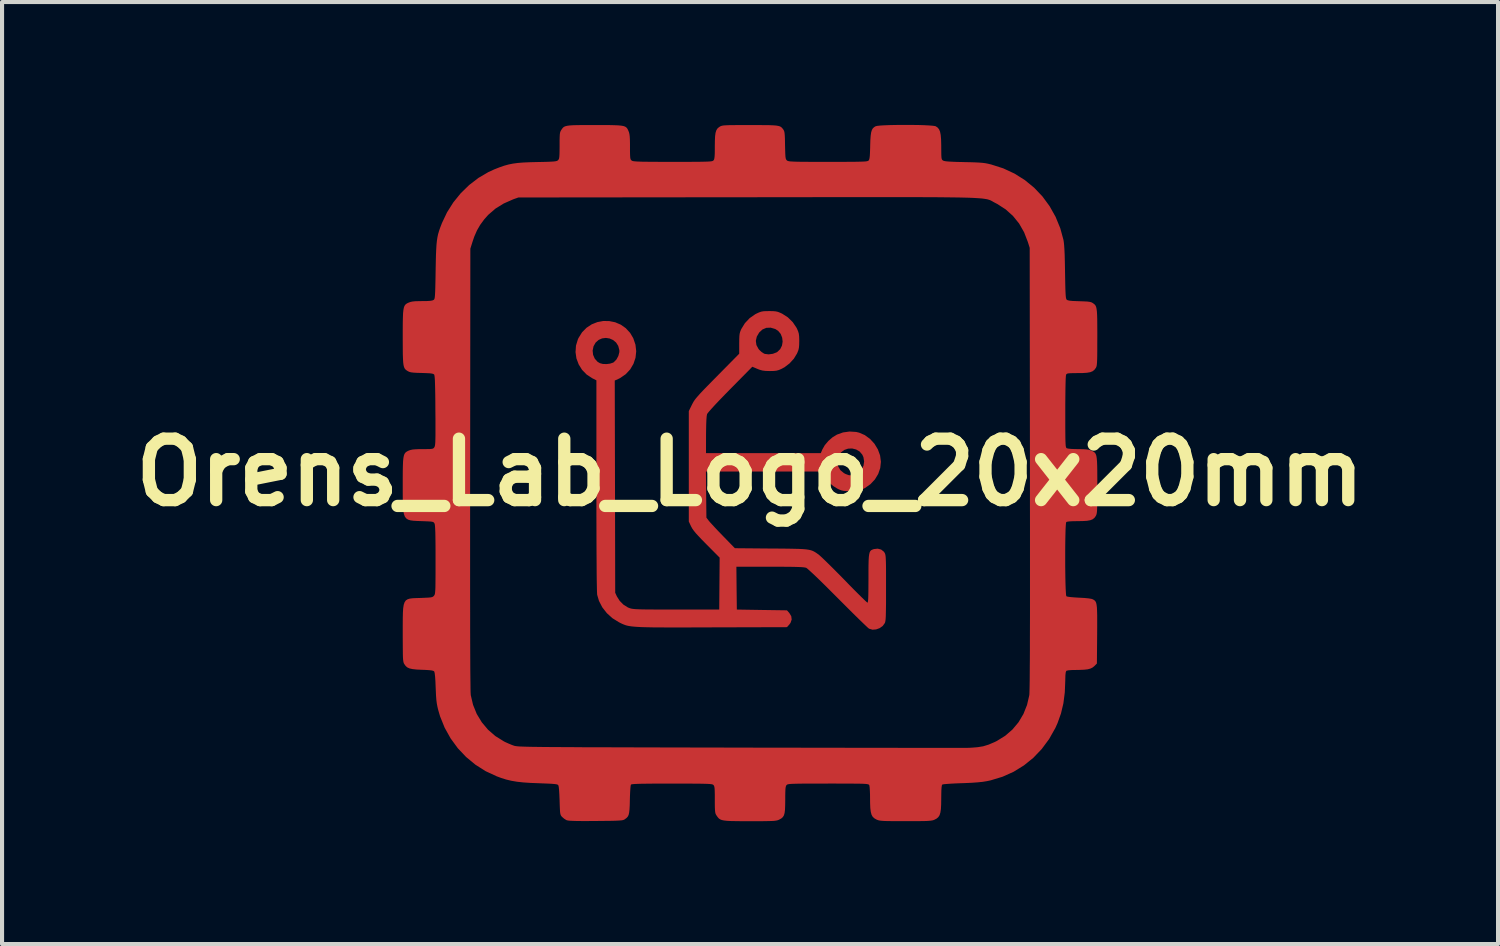
<source format=kicad_pcb>
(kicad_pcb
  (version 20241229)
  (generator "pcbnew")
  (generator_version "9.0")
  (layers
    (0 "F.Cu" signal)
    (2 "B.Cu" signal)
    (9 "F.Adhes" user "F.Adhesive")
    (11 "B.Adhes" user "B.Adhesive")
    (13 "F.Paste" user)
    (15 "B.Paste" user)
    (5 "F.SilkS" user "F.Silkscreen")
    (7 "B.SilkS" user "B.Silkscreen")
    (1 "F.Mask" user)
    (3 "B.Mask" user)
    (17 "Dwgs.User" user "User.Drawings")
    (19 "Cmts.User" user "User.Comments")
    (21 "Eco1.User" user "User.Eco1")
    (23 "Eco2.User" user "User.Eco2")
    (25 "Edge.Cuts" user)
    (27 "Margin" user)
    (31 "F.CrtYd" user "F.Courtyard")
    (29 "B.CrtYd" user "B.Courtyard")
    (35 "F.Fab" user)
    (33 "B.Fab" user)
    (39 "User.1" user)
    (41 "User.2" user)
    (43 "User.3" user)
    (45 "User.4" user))
  (footprint "Orens_Lab_Logo_20x20mm"
    (layer "F.Cu")
    (at 15.264 8.483)
    (property "Reference" "Orens_Lab_Logo_20x20mm" (at 0 0 0) (layer "F.SilkS") (effects (font (size 1.5 1.5) (thickness 0.3))))
    (attr board_only exclude_from_pos_files exclude_from_bom)
    (fp_poly (pts (xy 0.56 -3.936) (xy 0.627 -3.93) (xy 0.681 -3.918) (xy 0.736 -3.896) (xy 0.784 -3.874) (xy 0.923 -3.785) (xy 1.043 -3.667) (xy 1.136 -3.529) (xy 1.149 -3.502) (xy 1.175 -3.441) (xy 1.191 -3.386) (xy 1.199 -3.322) (xy 1.202 -3.236) (xy 1.202 -3.204) (xy 1.2 -3.11) (xy 1.194 -3.042) (xy 1.181 -2.984) (xy 1.158 -2.925) (xy 1.145 -2.897) (xy 1.07 -2.774) (xy 0.966 -2.66) (xy 0.843 -2.566) (xy 0.767 -2.525) (xy 0.704 -2.498) (xy 0.646 -2.482) (xy 0.58 -2.475) (xy 0.49 -2.473) (xy 0.479 -2.473) (xy 0.381 -2.476) (xy 0.306 -2.485) (xy 0.238 -2.503) (xy 0.179 -2.526) (xy 0.056 -2.578) (xy -0.485 -2.03) (xy -0.623 -1.889) (xy -0.745 -1.763) (xy -0.85 -1.652) (xy -0.935 -1.559) (xy -0.998 -1.488) (xy -1.037 -1.44) (xy -1.049 -1.42) (xy -1.058 -1.373) (xy -1.065 -1.288) (xy -1.07 -1.164) (xy -1.073 -1.003) (xy -1.074 -0.913) (xy -1.075 -0.469) (xy 0.327 -0.469) (xy 1.729 -0.469) (xy 1.766 -0.558) (xy 1.825 -0.662) (xy 1.912 -0.765) (xy 2.016 -0.856) (xy 2.123 -0.921) (xy 2.271 -0.974) (xy 2.431 -0.996) (xy 2.59 -0.986) (xy 2.663 -0.969) (xy 2.802 -0.909) (xy 2.929 -0.817) (xy 3.038 -0.698) (xy 3.122 -0.559) (xy 3.176 -0.412) (xy 3.196 -0.258) (xy 3.18 -0.106) (xy 3.13 0.04) (xy 3.049 0.174) (xy 2.94 0.29) (xy 2.805 0.384) (xy 2.759 0.407) (xy 2.701 0.432) (xy 2.648 0.447) (xy 2.587 0.456) (xy 2.506 0.459) (xy 2.452 0.459) (xy 2.358 0.458) (xy 2.29 0.453) (xy 2.236 0.442) (xy 2.184 0.423) (xy 2.139 0.402) (xy 2.039 0.34) (xy 1.941 0.259) (xy 1.857 0.168) (xy 1.797 0.078) (xy 1.79 0.063) (xy 1.753 -0.02) (xy 0.338 -0.02) (xy -1.077 -0.02) (xy -1.071 0.544) (xy -1.065 1.107) (xy -1.009 1.18) (xy -0.979 1.216) (xy -0.926 1.274) (xy -0.856 1.35) (xy -0.774 1.437) (xy -0.684 1.53) (xy -0.662 1.553) (xy -0.37 1.853) (xy 0.514 1.861) (xy 0.732 1.862) (xy 0.916 1.864) (xy 1.068 1.867) (xy 1.192 1.87) (xy 1.293 1.875) (xy 1.374 1.882) (xy 1.438 1.892) (xy 1.49 1.904) (xy 1.534 1.92) (xy 1.573 1.94) (xy 1.612 1.964) (xy 1.653 1.993) (xy 1.671 2.005) (xy 1.706 2.035) (xy 1.765 2.089) (xy 1.843 2.164) (xy 1.938 2.257) (xy 2.046 2.364) (xy 2.162 2.481) (xy 2.284 2.605) (xy 2.306 2.627) (xy 2.424 2.749) (xy 2.535 2.862) (xy 2.635 2.962) (xy 2.721 3.047) (xy 2.79 3.114) (xy 2.839 3.16) (xy 2.865 3.181) (xy 2.867 3.182) (xy 2.875 3.175) (xy 2.88 3.149) (xy 2.885 3.1) (xy 2.888 3.026) (xy 2.89 2.924) (xy 2.891 2.789) (xy 2.892 2.619) (xy 2.892 2.598) (xy 2.892 2.416) (xy 2.893 2.27) (xy 2.896 2.154) (xy 2.901 2.066) (xy 2.91 2) (xy 2.922 1.953) (xy 2.939 1.921) (xy 2.962 1.9) (xy 2.991 1.886) (xy 3.026 1.874) (xy 3.118 1.864) (xy 3.202 1.886) (xy 3.268 1.938) (xy 3.284 1.961) (xy 3.293 1.978) (xy 3.301 1.998) (xy 3.307 2.026) (xy 3.312 2.064) (xy 3.315 2.118) (xy 3.318 2.189) (xy 3.32 2.284) (xy 3.321 2.404) (xy 3.321 2.554) (xy 3.321 2.738) (xy 3.321 2.82) (xy 3.321 3.024) (xy 3.321 3.192) (xy 3.319 3.328) (xy 3.317 3.436) (xy 3.315 3.519) (xy 3.311 3.582) (xy 3.306 3.627) (xy 3.3 3.658) (xy 3.292 3.679) (xy 3.292 3.68) (xy 3.24 3.752) (xy 3.165 3.805) (xy 3.078 3.836) (xy 2.99 3.843) (xy 2.912 3.82) (xy 2.901 3.814) (xy 2.876 3.793) (xy 2.827 3.747) (xy 2.756 3.679) (xy 2.666 3.592) (xy 2.559 3.487) (xy 2.44 3.369) (xy 2.311 3.24) (xy 2.174 3.103) (xy 2.139 3.068) (xy 1.993 2.922) (xy 1.857 2.786) (xy 1.732 2.663) (xy 1.621 2.556) (xy 1.527 2.467) (xy 1.453 2.399) (xy 1.401 2.353) (xy 1.374 2.333) (xy 1.373 2.332) (xy 1.35 2.326) (xy 1.312 2.32) (xy 1.257 2.315) (xy 1.182 2.312) (xy 1.082 2.309) (xy 0.955 2.307) (xy 0.798 2.306) (xy 0.606 2.306) (xy 0.489 2.306) (xy -0.333 2.306) (xy -0.328 2.828) (xy -0.322 3.351) (xy 0.29 3.361) (xy 0.902 3.37) (xy 0.959 3.434) (xy 1.007 3.513) (xy 1.017 3.595) (xy 0.989 3.676) (xy 0.959 3.717) (xy 0.902 3.781) (xy -0.936 3.786) (xy -1.259 3.787) (xy -1.546 3.788) (xy -1.799 3.788) (xy -2.02 3.788) (xy -2.212 3.787) (xy -2.377 3.786) (xy -2.519 3.783) (xy -2.639 3.78) (xy -2.74 3.775) (xy -2.824 3.769) (xy -2.894 3.762) (xy -2.953 3.753) (xy -3.003 3.743) (xy -3.047 3.73) (xy -3.086 3.715) (xy -3.124 3.699) (xy -3.163 3.68) (xy -3.204 3.659) (xy -3.36 3.562) (xy -3.496 3.439) (xy -3.607 3.297) (xy -3.688 3.141) (xy -3.732 2.992) (xy -3.735 2.955) (xy -3.738 2.88) (xy -3.74 2.768) (xy -3.743 2.62) (xy -3.745 2.435) (xy -3.746 2.216) (xy -3.748 1.963) (xy -3.749 1.677) (xy -3.75 1.358) (xy -3.751 1.008) (xy -3.751 0.628) (xy -3.751 0.32) (xy -3.751 -2.246) (xy -3.852 -2.297) (xy -3.989 -2.387) (xy -4.101 -2.502) (xy -4.184 -2.635) (xy -4.239 -2.782) (xy -4.261 -2.937) (xy -4.258 -2.972) (xy -3.843 -2.972) (xy -3.832 -2.869) (xy -3.791 -2.775) (xy -3.724 -2.7) (xy -3.666 -2.665) (xy -3.594 -2.646) (xy -3.505 -2.643) (xy -3.417 -2.654) (xy -3.345 -2.678) (xy -3.326 -2.689) (xy -3.262 -2.755) (xy -3.215 -2.842) (xy -3.191 -2.934) (xy -3.191 -2.983) (xy -3.218 -3.087) (xy -3.271 -3.17) (xy -3.343 -3.23) (xy -3.429 -3.268) (xy -3.521 -3.282) (xy -3.613 -3.27) (xy -3.698 -3.232) (xy -3.77 -3.168) (xy -3.821 -3.078) (xy -3.843 -2.972) (xy -4.258 -2.972) (xy -4.25 -3.094) (xy -4.203 -3.248) (xy -4.189 -3.278) (xy -4.102 -3.418) (xy -3.992 -3.53) (xy -3.866 -3.613) (xy -3.728 -3.668) (xy -3.583 -3.695) (xy -3.437 -3.693) (xy -3.293 -3.664) (xy -3.157 -3.606) (xy -3.034 -3.52) (xy -2.928 -3.405) (xy -2.851 -3.275) (xy -2.797 -3.116) (xy -2.779 -2.956) (xy -2.796 -2.798) (xy -2.846 -2.649) (xy -2.926 -2.513) (xy -3.035 -2.396) (xy -3.171 -2.302) (xy -3.22 -2.278) (xy -3.303 -2.241) (xy -3.297 0.35) (xy -3.292 2.941) (xy -3.25 3.032) (xy -3.182 3.139) (xy -3.09 3.232) (xy -2.983 3.299) (xy -2.944 3.315) (xy -2.919 3.323) (xy -2.891 3.33) (xy -2.856 3.335) (xy -2.81 3.34) (xy -2.751 3.343) (xy -2.675 3.346) (xy -2.579 3.348) (xy -2.459 3.349) (xy -2.311 3.35) (xy -2.133 3.351) (xy -1.921 3.351) (xy -1.798 3.351) (xy -0.752 3.351) (xy -0.747 2.717) (xy -0.742 2.083) (xy -1.064 1.759) (xy -1.175 1.646) (xy -1.261 1.555) (xy -1.327 1.483) (xy -1.375 1.423) (xy -1.411 1.372) (xy -1.436 1.326) (xy -1.44 1.319) (xy -1.495 1.202) (xy -1.495 -0.147) (xy -1.495 -0.242) (xy 2.132 -0.242) (xy 2.154 -0.141) (xy 2.208 -0.051) (xy 2.294 0.02) (xy 2.334 0.041) (xy 2.412 0.07) (xy 2.479 0.075) (xy 2.554 0.058) (xy 2.562 0.056) (xy 2.656 0.006) (xy 2.727 -0.07) (xy 2.771 -0.163) (xy 2.786 -0.266) (xy 2.769 -0.37) (xy 2.741 -0.432) (xy 2.675 -0.509) (xy 2.59 -0.558) (xy 2.493 -0.582) (xy 2.394 -0.578) (xy 2.301 -0.546) (xy 2.222 -0.487) (xy 2.194 -0.452) (xy 2.145 -0.348) (xy 2.132 -0.242) (xy -1.495 -0.242) (xy -1.495 -1.495) (xy -1.42 -1.648) (xy -1.399 -1.689) (xy -1.377 -1.728) (xy -1.35 -1.768) (xy -1.316 -1.812) (xy -1.271 -1.864) (xy -1.214 -1.928) (xy -1.14 -2.006) (xy -1.047 -2.102) (xy -0.932 -2.219) (xy -0.804 -2.349) (xy -0.264 -2.896) (xy -0.264 -3.143) (xy -0.263 -3.21) (xy 0.142 -3.21) (xy 0.156 -3.108) (xy 0.208 -3.012) (xy 0.228 -2.988) (xy 0.281 -2.939) (xy 0.336 -2.903) (xy 0.359 -2.892) (xy 0.454 -2.88) (xy 0.558 -2.894) (xy 0.651 -2.93) (xy 0.667 -2.94) (xy 0.737 -3.008) (xy 0.78 -3.094) (xy 0.796 -3.19) (xy 0.785 -3.288) (xy 0.749 -3.379) (xy 0.687 -3.454) (xy 0.617 -3.499) (xy 0.505 -3.532) (xy 0.399 -3.528) (xy 0.304 -3.488) (xy 0.224 -3.414) (xy 0.165 -3.313) (xy 0.142 -3.21) (xy -0.263 -3.21) (xy -0.263 -3.249) (xy -0.26 -3.325) (xy -0.254 -3.381) (xy -0.242 -3.428) (xy -0.224 -3.475) (xy -0.211 -3.502) (xy -0.125 -3.642) (xy -0.009 -3.765) (xy 0.127 -3.86) (xy 0.154 -3.874) (xy 0.219 -3.904) (xy 0.273 -3.923) (xy 0.329 -3.933) (xy 0.401 -3.936) (xy 0.469 -3.937)) (stroke (width 0) (type solid)) (fill yes) (layer "F.Cu"))
    (fp_poly (pts (xy 3.98 -8.482) (xy 4.124 -8.48) (xy 4.255 -8.476) (xy 4.368 -8.47) (xy 4.457 -8.463) (xy 4.516 -8.455) (xy 4.535 -8.449) (xy 4.581 -8.418) (xy 4.615 -8.376) (xy 4.64 -8.318) (xy 4.656 -8.238) (xy 4.665 -8.13) (xy 4.669 -7.99) (xy 4.669 -7.948) (xy 4.67 -7.832) (xy 4.671 -7.749) (xy 4.674 -7.692) (xy 4.68 -7.656) (xy 4.689 -7.634) (xy 4.703 -7.62) (xy 4.714 -7.612) (xy 4.738 -7.603) (xy 4.779 -7.595) (xy 4.843 -7.589) (xy 4.933 -7.584) (xy 5.052 -7.579) (xy 5.207 -7.576) (xy 5.227 -7.575) (xy 5.38 -7.572) (xy 5.501 -7.568) (xy 5.596 -7.563) (xy 5.674 -7.557) (xy 5.74 -7.549) (xy 5.802 -7.537) (xy 5.866 -7.522) (xy 5.891 -7.516) (xy 6.184 -7.422) (xy 6.457 -7.295) (xy 6.709 -7.137) (xy 6.937 -6.95) (xy 7.14 -6.737) (xy 7.315 -6.499) (xy 7.461 -6.239) (xy 7.576 -5.959) (xy 7.653 -5.677) (xy 7.662 -5.62) (xy 7.67 -5.542) (xy 7.677 -5.44) (xy 7.683 -5.311) (xy 7.687 -5.15) (xy 7.691 -4.954) (xy 7.692 -4.891) (xy 7.695 -4.712) (xy 7.698 -4.568) (xy 7.701 -4.456) (xy 7.705 -4.37) (xy 7.709 -4.308) (xy 7.714 -4.265) (xy 7.721 -4.237) (xy 7.729 -4.22) (xy 7.734 -4.213) (xy 7.759 -4.201) (xy 7.805 -4.191) (xy 7.878 -4.184) (xy 7.982 -4.18) (xy 8.04 -4.178) (xy 8.154 -4.174) (xy 8.236 -4.17) (xy 8.294 -4.162) (xy 8.334 -4.152) (xy 8.363 -4.137) (xy 8.368 -4.134) (xy 8.396 -4.114) (xy 8.419 -4.094) (xy 8.438 -4.069) (xy 8.452 -4.035) (xy 8.462 -3.989) (xy 8.47 -3.926) (xy 8.475 -3.842) (xy 8.478 -3.734) (xy 8.479 -3.598) (xy 8.48 -3.429) (xy 8.48 -3.298) (xy 8.479 -3.115) (xy 8.479 -2.966) (xy 8.478 -2.848) (xy 8.476 -2.757) (xy 8.473 -2.688) (xy 8.469 -2.638) (xy 8.464 -2.602) (xy 8.457 -2.577) (xy 8.448 -2.557) (xy 8.443 -2.548) (xy 8.408 -2.502) (xy 8.365 -2.468) (xy 8.307 -2.445) (xy 8.227 -2.431) (xy 8.121 -2.424) (xy 8.004 -2.423) (xy 7.896 -2.422) (xy 7.822 -2.42) (xy 7.773 -2.416) (xy 7.743 -2.409) (xy 7.727 -2.397) (xy 7.718 -2.385) (xy 7.713 -2.355) (xy 7.708 -2.287) (xy 7.705 -2.181) (xy 7.702 -2.04) (xy 7.7 -1.865) (xy 7.698 -1.655) (xy 7.698 -1.477) (xy 7.698 -1.27) (xy 7.698 -1.099) (xy 7.699 -0.959) (xy 7.7 -0.849) (xy 7.702 -0.763) (xy 7.705 -0.7) (xy 7.708 -0.654) (xy 7.713 -0.624) (xy 7.719 -0.605) (xy 7.726 -0.594) (xy 7.734 -0.588) (xy 7.736 -0.587) (xy 7.77 -0.579) (xy 7.833 -0.572) (xy 7.918 -0.568) (xy 8.014 -0.566) (xy 8.014 -0.566) (xy 8.126 -0.565) (xy 8.207 -0.56) (xy 8.267 -0.552) (xy 8.315 -0.538) (xy 8.337 -0.529) (xy 8.372 -0.512) (xy 8.402 -0.494) (xy 8.425 -0.473) (xy 8.443 -0.442) (xy 8.457 -0.4) (xy 8.466 -0.342) (xy 8.473 -0.263) (xy 8.477 -0.161) (xy 8.479 -0.032) (xy 8.48 0.13) (xy 8.48 0.317) (xy 8.48 0.499) (xy 8.479 0.648) (xy 8.478 0.765) (xy 8.476 0.856) (xy 8.474 0.924) (xy 8.47 0.974) (xy 8.464 1.01) (xy 8.457 1.036) (xy 8.448 1.056) (xy 8.44 1.071) (xy 8.407 1.115) (xy 8.364 1.148) (xy 8.307 1.17) (xy 8.229 1.184) (xy 8.124 1.19) (xy 8.006 1.192) (xy 7.879 1.194) (xy 7.789 1.199) (xy 7.736 1.208) (xy 7.722 1.215) (xy 7.715 1.241) (xy 7.71 1.3) (xy 7.705 1.389) (xy 7.702 1.503) (xy 7.699 1.636) (xy 7.697 1.784) (xy 7.696 1.942) (xy 7.696 2.105) (xy 7.696 2.269) (xy 7.698 2.428) (xy 7.7 2.578) (xy 7.703 2.715) (xy 7.707 2.832) (xy 7.712 2.926) (xy 7.717 2.992) (xy 7.723 3.024) (xy 7.725 3.026) (xy 7.754 3.036) (xy 7.816 3.045) (xy 7.904 3.053) (xy 8.011 3.06) (xy 8.033 3.061) (xy 8.163 3.068) (xy 8.266 3.078) (xy 8.337 3.09) (xy 8.367 3.1) (xy 8.395 3.115) (xy 8.419 3.133) (xy 8.437 3.155) (xy 8.452 3.188) (xy 8.462 3.234) (xy 8.47 3.296) (xy 8.474 3.38) (xy 8.477 3.488) (xy 8.477 3.625) (xy 8.477 3.793) (xy 8.476 3.957) (xy 8.47 4.669) (xy 8.41 4.729) (xy 8.365 4.766) (xy 8.313 4.792) (xy 8.246 4.81) (xy 8.157 4.82) (xy 8.039 4.825) (xy 7.971 4.826) (xy 7.852 4.828) (xy 7.771 4.835) (xy 7.727 4.846) (xy 7.722 4.849) (xy 7.709 4.883) (xy 7.701 4.953) (xy 7.698 5.057) (xy 7.698 5.079) (xy 7.686 5.373) (xy 7.652 5.64) (xy 7.593 5.888) (xy 7.509 6.124) (xy 7.455 6.244) (xy 7.303 6.513) (xy 7.123 6.756) (xy 6.918 6.971) (xy 6.689 7.156) (xy 6.438 7.311) (xy 6.167 7.433) (xy 5.877 7.521) (xy 5.788 7.54) (xy 5.686 7.557) (xy 5.561 7.57) (xy 5.41 7.581) (xy 5.226 7.589) (xy 5.158 7.591) (xy 5.027 7.596) (xy 4.91 7.602) (xy 4.813 7.609) (xy 4.741 7.615) (xy 4.701 7.622) (xy 4.694 7.625) (xy 4.684 7.646) (xy 4.677 7.693) (xy 4.672 7.77) (xy 4.67 7.881) (xy 4.669 7.959) (xy 4.667 8.108) (xy 4.661 8.223) (xy 4.648 8.309) (xy 4.628 8.373) (xy 4.597 8.42) (xy 4.556 8.455) (xy 4.509 8.48) (xy 4.483 8.491) (xy 4.455 8.499) (xy 4.419 8.505) (xy 4.371 8.51) (xy 4.307 8.514) (xy 4.221 8.516) (xy 4.11 8.517) (xy 3.969 8.518) (xy 3.8 8.518) (xy 3.626 8.518) (xy 3.486 8.517) (xy 3.376 8.516) (xy 3.291 8.514) (xy 3.228 8.51) (xy 3.18 8.505) (xy 3.145 8.499) (xy 3.116 8.49) (xy 3.091 8.48) (xy 3.038 8.45) (xy 2.997 8.413) (xy 2.968 8.362) (xy 2.949 8.293) (xy 2.937 8.199) (xy 2.932 8.076) (xy 2.931 7.975) (xy 2.93 7.865) (xy 2.926 7.769) (xy 2.921 7.694) (xy 2.914 7.647) (xy 2.911 7.638) (xy 2.905 7.63) (xy 2.895 7.623) (xy 2.879 7.617) (xy 2.852 7.612) (xy 2.812 7.608) (xy 2.755 7.605) (xy 2.678 7.603) (xy 2.578 7.602) (xy 2.451 7.601) (xy 2.295 7.601) (xy 2.105 7.6) (xy 1.907 7.6) (xy 1.686 7.601) (xy 1.5 7.601) (xy 1.346 7.601) (xy 1.222 7.602) (xy 1.124 7.604) (xy 1.048 7.606) (xy 0.992 7.609) (xy 0.952 7.613) (xy 0.925 7.618) (xy 0.908 7.624) (xy 0.897 7.632) (xy 0.892 7.636) (xy 0.88 7.655) (xy 0.871 7.685) (xy 0.865 7.731) (xy 0.862 7.8) (xy 0.86 7.898) (xy 0.86 7.99) (xy 0.858 8.131) (xy 0.854 8.238) (xy 0.844 8.319) (xy 0.827 8.377) (xy 0.801 8.419) (xy 0.765 8.451) (xy 0.717 8.478) (xy 0.715 8.479) (xy 0.69 8.49) (xy 0.664 8.499) (xy 0.631 8.505) (xy 0.587 8.511) (xy 0.528 8.514) (xy 0.449 8.516) (xy 0.346 8.518) (xy 0.213 8.519) (xy 0.048 8.519) (xy -0.001 8.519) (xy -0.189 8.519) (xy -0.341 8.517) (xy -0.463 8.515) (xy -0.559 8.51) (xy -0.632 8.502) (xy -0.687 8.491) (xy -0.728 8.475) (xy -0.759 8.454) (xy -0.784 8.427) (xy -0.808 8.394) (xy -0.815 8.384) (xy -0.832 8.357) (xy -0.844 8.329) (xy -0.851 8.293) (xy -0.856 8.241) (xy -0.859 8.169) (xy -0.86 8.067) (xy -0.86 7.991) (xy -0.86 7.87) (xy -0.862 7.781) (xy -0.865 7.719) (xy -0.871 7.679) (xy -0.88 7.653) (xy -0.892 7.636) (xy -0.895 7.633) (xy -0.906 7.625) (xy -0.924 7.619) (xy -0.951 7.614) (xy -0.992 7.61) (xy -1.049 7.607) (xy -1.125 7.605) (xy -1.225 7.603) (xy -1.35 7.602) (xy -1.505 7.601) (xy -1.693 7.601) (xy -1.909 7.6) (xy -2.141 7.601) (xy -2.337 7.601) (xy -2.499 7.603) (xy -2.629 7.604) (xy -2.731 7.607) (xy -2.807 7.61) (xy -2.86 7.614) (xy -2.893 7.619) (xy -2.907 7.625) (xy -2.907 7.625) (xy -2.915 7.653) (xy -2.921 7.713) (xy -2.927 7.801) (xy -2.932 7.911) (xy -2.934 7.992) (xy -2.937 8.129) (xy -2.943 8.233) (xy -2.952 8.311) (xy -2.965 8.367) (xy -2.986 8.408) (xy -3.015 8.44) (xy -3.054 8.469) (xy -3.062 8.475) (xy -3.08 8.484) (xy -3.103 8.492) (xy -3.137 8.498) (xy -3.185 8.502) (xy -3.252 8.506) (xy -3.342 8.509) (xy -3.459 8.511) (xy -3.606 8.512) (xy -3.77 8.514) (xy -3.958 8.515) (xy -4.11 8.515) (xy -4.231 8.514) (xy -4.324 8.511) (xy -4.392 8.508) (xy -4.441 8.503) (xy -4.473 8.496) (xy -4.484 8.492) (xy -4.539 8.458) (xy -4.591 8.413) (xy -4.592 8.412) (xy -4.609 8.392) (xy -4.622 8.37) (xy -4.631 8.34) (xy -4.638 8.297) (xy -4.642 8.233) (xy -4.646 8.143) (xy -4.65 8.021) (xy -4.65 8.012) (xy -4.656 7.864) (xy -4.663 7.753) (xy -4.671 7.679) (xy -4.682 7.64) (xy -4.684 7.636) (xy -4.699 7.626) (xy -4.729 7.617) (xy -4.778 7.611) (xy -4.85 7.605) (xy -4.95 7.6) (xy -5.083 7.595) (xy -5.153 7.592) (xy -5.362 7.584) (xy -5.538 7.572) (xy -5.691 7.555) (xy -5.827 7.532) (xy -5.953 7.502) (xy -6.077 7.463) (xy -6.185 7.423) (xy -6.457 7.297) (xy -6.707 7.138) (xy -6.934 6.95) (xy -7.136 6.736) (xy -7.311 6.497) (xy -7.456 6.237) (xy -7.569 5.957) (xy -7.614 5.803) (xy -7.633 5.723) (xy -7.648 5.644) (xy -7.659 5.558) (xy -7.667 5.454) (xy -7.673 5.324) (xy -7.676 5.254) (xy -7.682 5.102) (xy -7.69 4.988) (xy -7.699 4.91) (xy -7.709 4.868) (xy -7.713 4.861) (xy -7.733 4.848) (xy -7.77 4.838) (xy -7.832 4.831) (xy -7.923 4.825) (xy -8.006 4.822) (xy -8.139 4.816) (xy -8.239 4.805) (xy -8.313 4.789) (xy -8.368 4.764) (xy -8.409 4.729) (xy -8.441 4.683) (xy -8.452 4.665) (xy -8.46 4.643) (xy -8.466 4.614) (xy -8.471 4.573) (xy -8.475 4.516) (xy -8.477 4.44) (xy -8.478 4.339) (xy -8.479 4.21) (xy -8.48 4.049) (xy -8.48 3.94) (xy -8.48 3.735) (xy -8.479 3.565) (xy -8.476 3.427) (xy -8.469 3.318) (xy -8.456 3.235) (xy -8.435 3.173) (xy -8.405 3.129) (xy -8.363 3.101) (xy -8.309 3.084) (xy -8.24 3.075) (xy -8.155 3.071) (xy -8.052 3.068) (xy -8.043 3.068) (xy -7.931 3.063) (xy -7.85 3.059) (xy -7.796 3.054) (xy -7.761 3.046) (xy -7.738 3.034) (xy -7.721 3.018) (xy -7.716 3.012) (xy -7.707 2.999) (xy -7.699 2.982) (xy -7.693 2.958) (xy -7.689 2.923) (xy -7.685 2.874) (xy -7.682 2.806) (xy -7.681 2.717) (xy -7.68 2.601) (xy -7.679 2.457) (xy -7.679 2.28) (xy -7.679 2.146) (xy -6.835 2.146) (xy -6.835 2.608) (xy -6.835 3.033) (xy -6.834 3.422) (xy -6.834 3.775) (xy -6.833 4.093) (xy -6.832 4.376) (xy -6.831 4.625) (xy -6.83 4.84) (xy -6.828 5.021) (xy -6.826 5.17) (xy -6.825 5.286) (xy -6.823 5.37) (xy -6.82 5.422) (xy -6.819 5.44) (xy -6.763 5.678) (xy -6.673 5.9) (xy -6.55 6.103) (xy -6.398 6.284) (xy -6.217 6.441) (xy -6.011 6.569) (xy -5.983 6.584) (xy -5.901 6.621) (xy -5.812 6.658) (xy -5.764 6.675) (xy -5.752 6.679) (xy -5.738 6.682) (xy -5.72 6.685) (xy -5.698 6.688) (xy -5.669 6.691) (xy -5.632 6.694) (xy -5.586 6.696) (xy -5.53 6.698) (xy -5.462 6.7) (xy -5.381 6.702) (xy -5.285 6.704) (xy -5.173 6.705) (xy -5.043 6.707) (xy -4.895 6.708) (xy -4.727 6.709) (xy -4.538 6.71) (xy -4.325 6.711) (xy -4.089 6.713) (xy -3.826 6.713) (xy -3.537 6.714) (xy -3.219 6.715) (xy -2.872 6.716) (xy -2.493 6.717) (xy -2.082 6.718) (xy -1.638 6.719) (xy -1.157 6.72) (xy -0.641 6.721) (xy -0.205 6.722) (xy 0.255 6.723) (xy 0.705 6.723) (xy 1.145 6.724) (xy 1.571 6.725) (xy 1.983 6.725) (xy 2.379 6.726) (xy 2.757 6.727) (xy 3.117 6.727) (xy 3.455 6.727) (xy 3.771 6.728) (xy 4.062 6.728) (xy 4.328 6.728) (xy 4.567 6.728) (xy 4.777 6.728) (xy 4.957 6.728) (xy 5.104 6.728) (xy 5.218 6.728) (xy 5.296 6.728) (xy 5.338 6.727) (xy 5.344 6.727) (xy 5.42 6.723) (xy 5.51 6.716) (xy 5.563 6.711) (xy 5.693 6.69) (xy 5.826 6.649) (xy 5.974 6.586) (xy 6.028 6.559) (xy 6.23 6.434) (xy 6.407 6.281) (xy 6.556 6.103) (xy 6.676 5.901) (xy 6.764 5.68) (xy 6.818 5.448) (xy 6.821 5.421) (xy 6.823 5.372) (xy 6.825 5.299) (xy 6.827 5.203) (xy 6.829 5.081) (xy 6.83 4.934) (xy 6.831 4.76) (xy 6.833 4.558) (xy 6.834 4.328) (xy 6.834 4.068) (xy 6.835 3.777) (xy 6.836 3.456) (xy 6.836 3.102) (xy 6.836 2.715) (xy 6.836 2.294) (xy 6.836 1.838) (xy 6.836 1.346) (xy 6.835 0.817) (xy 6.835 0.251) (xy 6.835 -0.088) (xy 6.829 -5.481) (xy 6.784 -5.624) (xy 6.692 -5.862) (xy 6.57 -6.075) (xy 6.419 -6.262) (xy 6.241 -6.421) (xy 6.036 -6.553) (xy 5.995 -6.574) (xy 5.967 -6.589) (xy 5.943 -6.602) (xy 5.921 -6.615) (xy 5.901 -6.626) (xy 5.88 -6.637) (xy 5.857 -6.647) (xy 5.83 -6.656) (xy 5.8 -6.665) (xy 5.763 -6.672) (xy 5.719 -6.679) (xy 5.667 -6.686) (xy 5.604 -6.691) (xy 5.531 -6.696) (xy 5.444 -6.701) (xy 5.344 -6.705) (xy 5.228 -6.708) (xy 5.095 -6.711) (xy 4.944 -6.713) (xy 4.774 -6.715) (xy 4.583 -6.717) (xy 4.369 -6.718) (xy 4.133 -6.719) (xy 3.871 -6.719) (xy 3.582 -6.72) (xy 3.267 -6.72) (xy 2.922 -6.72) (xy 2.547 -6.72) (xy 2.14 -6.719) (xy 1.699 -6.719) (xy 1.225 -6.718) (xy 0.715 -6.718) (xy 0.167 -6.717) (xy -0.059 -6.717) (xy -5.656 -6.711) (xy -5.783 -6.666) (xy -6.014 -6.564) (xy -6.216 -6.439) (xy -6.392 -6.287) (xy -6.49 -6.177) (xy -6.589 -6.042) (xy -6.667 -5.907) (xy -6.733 -5.756) (xy -6.775 -5.633) (xy -6.829 -5.461) (xy -6.834 -0.078) (xy -6.835 0.535) (xy -6.835 1.11) (xy -6.835 1.647) (xy -6.835 2.146) (xy -7.679 2.146) (xy -7.679 2.132) (xy -7.679 1.915) (xy -7.68 1.734) (xy -7.682 1.586) (xy -7.684 1.469) (xy -7.688 1.38) (xy -7.692 1.315) (xy -7.697 1.273) (xy -7.704 1.251) (xy -7.704 1.25) (xy -7.715 1.231) (xy -7.73 1.218) (xy -7.755 1.208) (xy -7.796 1.202) (xy -7.861 1.198) (xy -7.955 1.194) (xy -8.011 1.192) (xy -8.123 1.188) (xy -8.216 1.183) (xy -8.291 1.173) (xy -8.35 1.155) (xy -8.395 1.125) (xy -8.429 1.08) (xy -8.452 1.016) (xy -8.467 0.93) (xy -8.475 0.819) (xy -8.479 0.679) (xy -8.48 0.506) (xy -8.48 0.313) (xy -8.48 0.118) (xy -8.479 -0.041) (xy -8.476 -0.17) (xy -8.472 -0.27) (xy -8.464 -0.347) (xy -8.453 -0.405) (xy -8.438 -0.447) (xy -8.418 -0.477) (xy -8.393 -0.499) (xy -8.362 -0.517) (xy -8.335 -0.53) (xy -8.292 -0.545) (xy -8.242 -0.556) (xy -8.174 -0.562) (xy -8.082 -0.566) (xy -7.997 -0.566) (xy -7.892 -0.567) (xy -7.819 -0.568) (xy -7.771 -0.573) (xy -7.741 -0.58) (xy -7.723 -0.593) (xy -7.709 -0.611) (xy -7.707 -0.614) (xy -7.7 -0.629) (xy -7.694 -0.652) (xy -7.689 -0.686) (xy -7.685 -0.734) (xy -7.683 -0.802) (xy -7.681 -0.89) (xy -7.681 -1.005) (xy -7.681 -1.148) (xy -7.681 -1.323) (xy -7.683 -1.509) (xy -7.684 -1.725) (xy -7.686 -1.904) (xy -7.689 -2.05) (xy -7.692 -2.166) (xy -7.695 -2.254) (xy -7.7 -2.318) (xy -7.705 -2.36) (xy -7.711 -2.384) (xy -7.714 -2.389) (xy -7.732 -2.401) (xy -7.766 -2.411) (xy -7.821 -2.418) (xy -7.904 -2.422) (xy -8.017 -2.426) (xy -8.132 -2.429) (xy -8.215 -2.434) (xy -8.275 -2.441) (xy -8.317 -2.452) (xy -8.35 -2.467) (xy -8.357 -2.471) (xy -8.388 -2.491) (xy -8.414 -2.512) (xy -8.434 -2.538) (xy -8.449 -2.573) (xy -8.461 -2.621) (xy -8.469 -2.687) (xy -8.474 -2.773) (xy -8.478 -2.885) (xy -8.479 -3.026) (xy -8.48 -3.2) (xy -8.48 -3.302) (xy -8.48 -3.497) (xy -8.479 -3.656) (xy -8.476 -3.784) (xy -8.472 -3.885) (xy -8.464 -3.962) (xy -8.453 -4.02) (xy -8.438 -4.062) (xy -8.418 -4.092) (xy -8.393 -4.114) (xy -8.362 -4.132) (xy -8.335 -4.144) (xy -8.291 -4.16) (xy -8.238 -4.171) (xy -8.167 -4.178) (xy -8.07 -4.18) (xy -8.01 -4.181) (xy -7.894 -4.182) (xy -7.812 -4.187) (xy -7.758 -4.196) (xy -7.727 -4.209) (xy -7.726 -4.209) (xy -7.716 -4.218) (xy -7.708 -4.232) (xy -7.701 -4.254) (xy -7.696 -4.29) (xy -7.692 -4.341) (xy -7.688 -4.413) (xy -7.685 -4.51) (xy -7.682 -4.635) (xy -7.679 -4.792) (xy -7.677 -4.927) (xy -7.673 -5.129) (xy -7.669 -5.298) (xy -7.663 -5.438) (xy -7.656 -5.554) (xy -7.646 -5.653) (xy -7.633 -5.738) (xy -7.616 -5.817) (xy -7.594 -5.892) (xy -7.567 -5.971) (xy -7.533 -6.059) (xy -7.522 -6.088) (xy -7.399 -6.347) (xy -7.245 -6.591) (xy -7.063 -6.815) (xy -6.857 -7.016) (xy -6.631 -7.189) (xy -6.389 -7.331) (xy -6.245 -7.397) (xy -6.118 -7.447) (xy -6.006 -7.486) (xy -5.898 -7.516) (xy -5.789 -7.538) (xy -5.67 -7.554) (xy -5.534 -7.565) (xy -5.373 -7.572) (xy -5.21 -7.576) (xy -5.058 -7.579) (xy -4.941 -7.582) (xy -4.853 -7.586) (xy -4.79 -7.59) (xy -4.746 -7.596) (xy -4.717 -7.603) (xy -4.698 -7.613) (xy -4.687 -7.622) (xy -4.673 -7.64) (xy -4.663 -7.663) (xy -4.657 -7.7) (xy -4.653 -7.756) (xy -4.651 -7.838) (xy -4.65 -7.951) (xy -4.65 -7.979) (xy -4.65 -8.098) (xy -4.648 -8.186) (xy -4.645 -8.248) (xy -4.639 -8.291) (xy -4.629 -8.323) (xy -4.615 -8.35) (xy -4.606 -8.364) (xy -4.585 -8.394) (xy -4.565 -8.418) (xy -4.54 -8.437) (xy -4.507 -8.451) (xy -4.462 -8.462) (xy -4.401 -8.47) (xy -4.319 -8.475) (xy -4.213 -8.478) (xy -4.078 -8.479) (xy -3.911 -8.479) (xy -3.794 -8.479) (xy -3.602 -8.479) (xy -3.445 -8.479) (xy -3.319 -8.476) (xy -3.22 -8.472) (xy -3.145 -8.465) (xy -3.089 -8.455) (xy -3.049 -8.441) (xy -3.02 -8.421) (xy -2.999 -8.397) (xy -2.982 -8.366) (xy -2.969 -8.337) (xy -2.954 -8.299) (xy -2.944 -8.255) (xy -2.937 -8.199) (xy -2.933 -8.121) (xy -2.931 -8.017) (xy -2.931 -7.948) (xy -2.931 -7.832) (xy -2.929 -7.749) (xy -2.926 -7.693) (xy -2.92 -7.656) (xy -2.911 -7.634) (xy -2.897 -7.619) (xy -2.887 -7.611) (xy -2.873 -7.604) (xy -2.851 -7.598) (xy -2.818 -7.594) (xy -2.769 -7.59) (xy -2.703 -7.587) (xy -2.615 -7.584) (xy -2.502 -7.583) (xy -2.362 -7.582) (xy -2.19 -7.581) (xy -1.985 -7.581) (xy -1.884 -7.581) (xy -1.665 -7.581) (xy -1.482 -7.581) (xy -1.331 -7.582) (xy -1.21 -7.583) (xy -1.114 -7.585) (xy -1.041 -7.587) (xy -0.987 -7.59) (xy -0.948 -7.594) (xy -0.923 -7.599) (xy -0.906 -7.606) (xy -0.895 -7.613) (xy -0.892 -7.617) (xy -0.879 -7.636) (xy -0.871 -7.666) (xy -0.865 -7.714) (xy -0.861 -7.784) (xy -0.86 -7.884) (xy -0.86 -7.959) (xy -0.858 -8.1) (xy -0.853 -8.208) (xy -0.842 -8.289) (xy -0.824 -8.348) (xy -0.799 -8.391) (xy -0.763 -8.424) (xy -0.739 -8.44) (xy -0.72 -8.451) (xy -0.698 -8.459) (xy -0.67 -8.466) (xy -0.631 -8.471) (xy -0.576 -8.474) (xy -0.502 -8.477) (xy -0.405 -8.478) (xy -0.279 -8.479) (xy -0.122 -8.479) (xy 0 -8.479) (xy 0.188 -8.479) (xy 0.342 -8.478) (xy 0.464 -8.477) (xy 0.56 -8.473) (xy 0.633 -8.468) (xy 0.687 -8.459) (xy 0.727 -8.448) (xy 0.756 -8.433) (xy 0.778 -8.413) (xy 0.799 -8.389) (xy 0.809 -8.376) (xy 0.824 -8.352) (xy 0.835 -8.325) (xy 0.843 -8.287) (xy 0.848 -8.231) (xy 0.852 -8.152) (xy 0.854 -8.044) (xy 0.855 -7.985) (xy 0.858 -7.862) (xy 0.861 -7.773) (xy 0.865 -7.71) (xy 0.871 -7.668) (xy 0.88 -7.642) (xy 0.892 -7.624) (xy 0.902 -7.615) (xy 0.913 -7.607) (xy 0.93 -7.601) (xy 0.955 -7.595) (xy 0.993 -7.591) (xy 1.045 -7.588) (xy 1.117 -7.585) (xy 1.21 -7.583) (xy 1.328 -7.582) (xy 1.475 -7.581) (xy 1.654 -7.581) (xy 1.868 -7.581) (xy 1.904 -7.581) (xy 2.124 -7.581) (xy 2.307 -7.581) (xy 2.459 -7.582) (xy 2.581 -7.583) (xy 2.677 -7.585) (xy 2.751 -7.587) (xy 2.805 -7.59) (xy 2.843 -7.594) (xy 2.869 -7.6) (xy 2.885 -7.606) (xy 2.895 -7.613) (xy 2.897 -7.615) (xy 2.909 -7.636) (xy 2.918 -7.671) (xy 2.925 -7.726) (xy 2.929 -7.807) (xy 2.933 -7.92) (xy 2.934 -7.972) (xy 2.938 -8.113) (xy 2.946 -8.221) (xy 2.958 -8.302) (xy 2.976 -8.36) (xy 3.001 -8.402) (xy 3.036 -8.432) (xy 3.067 -8.45) (xy 3.105 -8.459) (xy 3.176 -8.467) (xy 3.274 -8.473) (xy 3.395 -8.478) (xy 3.531 -8.481) (xy 3.678 -8.483) (xy 3.83 -8.483)) (stroke (width 0) (type solid)) (fill yes) (layer "F.Cu")))
  (gr_rect
    (start -3 -3)
    (end 33.529 20.002)
    (stroke (width 0.1) (type default))
    (fill no)
    (layer "Edge.Cuts")))
</source>
